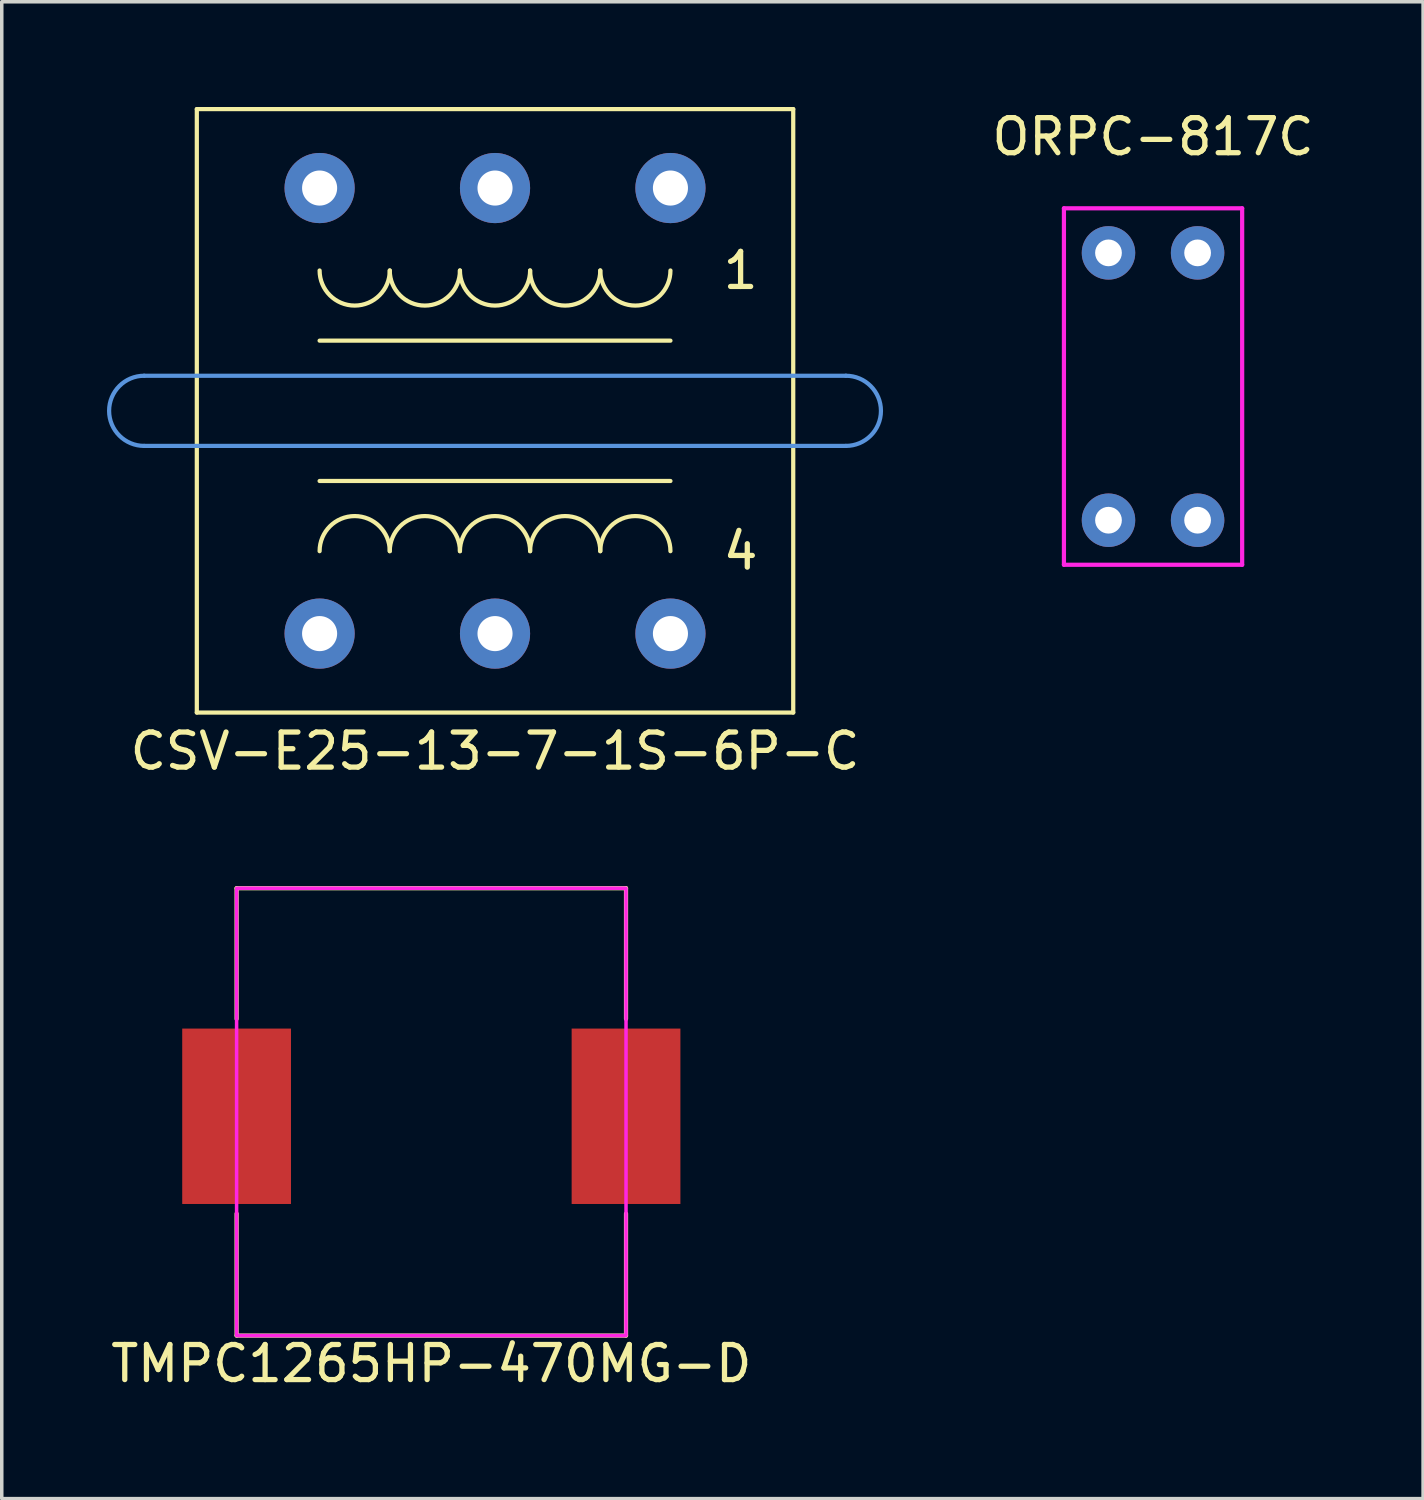
<source format=kicad_pcb>
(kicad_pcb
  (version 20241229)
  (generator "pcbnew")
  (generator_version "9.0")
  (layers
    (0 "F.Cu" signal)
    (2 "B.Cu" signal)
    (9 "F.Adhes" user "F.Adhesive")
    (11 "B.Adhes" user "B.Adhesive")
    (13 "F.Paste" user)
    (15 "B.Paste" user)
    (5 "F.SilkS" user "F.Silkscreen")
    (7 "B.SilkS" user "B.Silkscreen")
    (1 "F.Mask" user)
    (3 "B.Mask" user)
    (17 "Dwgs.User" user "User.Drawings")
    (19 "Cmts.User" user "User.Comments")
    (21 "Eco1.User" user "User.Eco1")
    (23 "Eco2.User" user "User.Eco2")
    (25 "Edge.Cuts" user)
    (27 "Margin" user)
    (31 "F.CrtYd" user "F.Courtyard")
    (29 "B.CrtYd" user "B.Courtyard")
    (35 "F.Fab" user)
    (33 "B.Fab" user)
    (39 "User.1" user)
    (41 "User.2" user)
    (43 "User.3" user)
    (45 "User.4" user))
  (footprint "TMPC1265HP-470MG-D"
    (layer "F.Cu")
    (at 9.244 28.768)
    (property "Reference" "TMPC1265HP-470MG-D" (at 0 7.05 0) (layer "F.SilkS") (effects (font (size 1 1) (thickness 0.15))))
    (attr through_hole)
    (fp_line (start -5.55 -6.5) (end 5.55 -6.5) (stroke (width 0.12) (type solid)) (layer "F.SilkS"))
    (fp_line (start -5.55 -2.775) (end -5.55 -6.5) (stroke (width 0.12) (type solid)) (layer "F.SilkS"))
    (fp_line (start -5.55 6.25) (end -5.55 2.775) (stroke (width 0.12) (type solid)) (layer "F.SilkS"))
    (fp_line (start 5.55 -6.5) (end 5.55 -2.775) (stroke (width 0.12) (type solid)) (layer "F.SilkS"))
    (fp_line (start 5.55 2.775) (end 5.55 6.25) (stroke (width 0.12) (type solid)) (layer "F.SilkS"))
    (fp_line (start 5.55 6.25) (end -5.55 6.25) (stroke (width 0.12) (type solid)) (layer "F.SilkS"))
    (fp_poly (pts (xy 5.55 6.25) (xy -5.55 6.25) (xy -5.55 -6.5) (xy 5.55 -6.5)) (stroke (width 0.1) (type solid)) (fill no) (layer "F.CrtYd"))
    (pad "1" smd rect (at -5.55 0) (size 3.1 5) (layers "F.Cu" "F.Mask" "F.Paste"))
    (pad "2" smd rect (at 5.55 0) (size 3.1 5) (layers "F.Cu" "F.Mask" "F.Paste")))
  (footprint "CSV-E25-13-7-1S-6P-C"
    (layer "F.Cu")
    (at 11.06 8.66)
    (property "Reference" "CSV-E25-13-7-1S-6P-C" (at 0 9.7 0) (layer "F.SilkS") (effects (font (size 1 1) (thickness 0.15))))
    (attr through_hole)
    (fp_line (start -8.5 -8.6) (end 8.5 -8.6) (stroke (width 0.12) (type solid)) (layer "F.SilkS"))
    (fp_line (start -8.5 8.6) (end -8.5 -8.6) (stroke (width 0.12) (type solid)) (layer "F.SilkS"))
    (fp_line (start -5 -2) (end 5 -2) (stroke (width 0.12) (type solid)) (layer "F.SilkS"))
    (fp_line (start 5 2) (end -5 2) (stroke (width 0.12) (type solid)) (layer "F.SilkS"))
    (fp_line (start 8.5 -8.6) (end 8.5 8.6) (stroke (width 0.12) (type solid)) (layer "F.SilkS"))
    (fp_line (start 8.5 8.6) (end -8.5 8.6) (stroke (width 0.12) (type solid)) (layer "F.SilkS"))
    (fp_arc (start -5 4) (mid -4 3) (end -3 4) (stroke (width 0.12) (type solid)) (layer "F.SilkS"))
    (fp_arc (start -3 -4) (mid -4 -3) (end -5 -4) (stroke (width 0.12) (type solid)) (layer "F.SilkS"))
    (fp_arc (start -3 4) (mid -2 3) (end -1 4) (stroke (width 0.12) (type solid)) (layer "F.SilkS"))
    (fp_arc (start -1 -4) (mid -2 -3) (end -3 -4) (stroke (width 0.12) (type solid)) (layer "F.SilkS"))
    (fp_arc (start -1 4) (mid 0 3) (end 1 4) (stroke (width 0.12) (type solid)) (layer "F.SilkS"))
    (fp_arc (start 1 -4) (mid 0 -3) (end -1 -4) (stroke (width 0.12) (type solid)) (layer "F.SilkS"))
    (fp_arc (start 1 4) (mid 2 3) (end 3 4) (stroke (width 0.12) (type solid)) (layer "F.SilkS"))
    (fp_arc (start 3 -4) (mid 2 -3) (end 1 -4) (stroke (width 0.12) (type solid)) (layer "F.SilkS"))
    (fp_arc (start 3 4) (mid 4 3) (end 5 4) (stroke (width 0.12) (type solid)) (layer "F.SilkS"))
    (fp_arc (start 5 -4) (mid 4 -3) (end 3 -4) (stroke (width 0.12) (type solid)) (layer "F.SilkS"))
    (fp_line (start -10 -1) (end 10 -1) (stroke (width 0.12) (type solid)) (layer "Cmts.User"))
    (fp_line (start 10 1) (end -10 1) (stroke (width 0.12) (type solid)) (layer "Cmts.User"))
    (fp_arc (start -10 1) (mid -11 0) (end -10 -1) (stroke (width 0.12) (type solid)) (layer "Cmts.User"))
    (fp_arc (start 10 -1) (mid 11 0) (end 10 1) (stroke (width 0.12) (type solid)) (layer "Cmts.User"))
    (fp_text user "4" (at 7 4 0) (layer "F.SilkS") (effects (font (size 1 1) (thickness 0.15))))
    (fp_text user "1" (at 7 -4 0) (layer "F.SilkS") (effects (font (size 1 1) (thickness 0.15))))
    (pad "1" thru_hole circle (at -5 6.35) (size 2 2) (drill 1) (layers "*.Cu" "*.Mask"))
    (pad "2" thru_hole circle (at 5 6.35) (size 2 2) (drill 1) (layers "*.Cu" "*.Mask"))
    (pad "3" thru_hole circle (at 5 -6.35) (size 2 2) (drill 1) (layers "*.Cu" "*.Mask"))
    (pad "4" thru_hole circle (at -5 -6.35) (size 2 2) (drill 1) (layers "*.Cu" "*.Mask"))
    (pad "5" thru_hole circle (at 0 6.35) (size 2 2) (drill 1) (layers "*.Cu" "*.Mask"))
    (pad "6" thru_hole circle (at 0 -6.35) (size 2 2) (drill 1) (layers "*.Cu" "*.Mask")))
  (footprint "ORPC-817C"
    (layer "F.Cu")
    (at 29.816 7.968)
    (property "Reference" "ORPC-817C" (at 0 -7.12 0) (layer "F.SilkS") (effects (font (size 1 1) (thickness 0.15))))
    (attr through_hole)
    (fp_line (start -2.54 -5.08) (end -2.54 5.08) (stroke (width 0.12) (type solid)) (layer "F.CrtYd"))
    (fp_line (start -2.54 5.08) (end 2.54 5.08) (stroke (width 0.12) (type solid)) (layer "F.CrtYd"))
    (fp_line (start 2.54 -5.08) (end -2.54 -5.08) (stroke (width 0.12) (type solid)) (layer "F.CrtYd"))
    (fp_line (start 2.54 5.08) (end 2.54 -5.08) (stroke (width 0.12) (type solid)) (layer "F.CrtYd"))
    (pad "1" thru_hole circle (at -1.27 3.81) (size 1.524 1.524) (drill 0.762) (layers "*.Cu" "*.Mask"))
    (pad "2" thru_hole circle (at 1.27 3.81) (size 1.524 1.524) (drill 0.762) (layers "*.Cu" "*.Mask"))
    (pad "3" thru_hole circle (at 1.27 -3.81) (size 1.524 1.524) (drill 0.762) (layers "*.Cu" "*.Mask"))
    (pad "4" thru_hole circle (at -1.27 -3.81) (size 1.524 1.524) (drill 0.762) (layers "*.Cu" "*.Mask")))
  (gr_rect
    (start -3 -3)
    (end 37.513 39.666)
    (stroke (width 0.1) (type default))
    (fill no)
    (layer "Edge.Cuts")))
</source>
